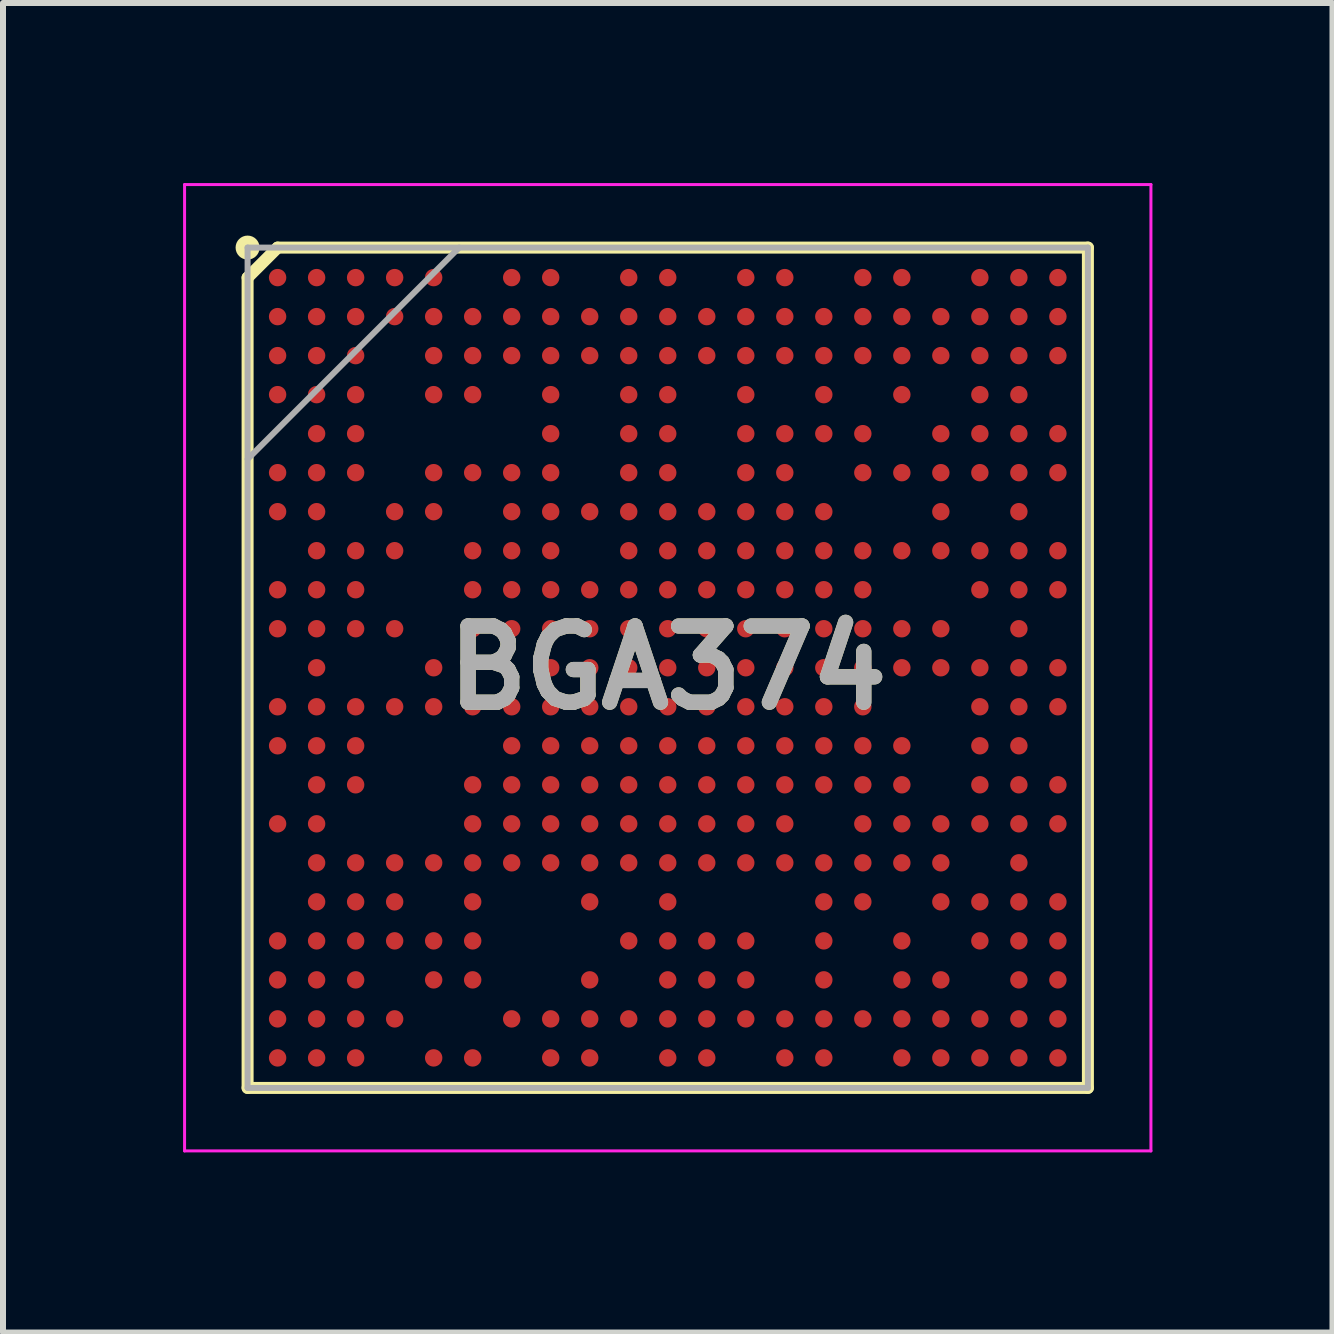
<source format=kicad_pcb>
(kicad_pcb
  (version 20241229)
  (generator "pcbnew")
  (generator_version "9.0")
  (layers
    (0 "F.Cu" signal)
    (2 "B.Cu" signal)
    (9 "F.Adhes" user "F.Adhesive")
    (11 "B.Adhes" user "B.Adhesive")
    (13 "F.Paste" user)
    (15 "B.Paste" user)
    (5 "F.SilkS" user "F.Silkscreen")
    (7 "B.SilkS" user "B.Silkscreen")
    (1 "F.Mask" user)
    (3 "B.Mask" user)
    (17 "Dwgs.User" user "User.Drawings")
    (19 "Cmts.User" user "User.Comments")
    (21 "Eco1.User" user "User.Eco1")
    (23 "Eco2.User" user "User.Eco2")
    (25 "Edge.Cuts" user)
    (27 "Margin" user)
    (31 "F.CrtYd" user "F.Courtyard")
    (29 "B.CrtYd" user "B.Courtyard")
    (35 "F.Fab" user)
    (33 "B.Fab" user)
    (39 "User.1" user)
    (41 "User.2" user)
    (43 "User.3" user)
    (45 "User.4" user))
  (footprint "BGA374"
    (layer "F.Cu")
    (at 8.075 8.075)
    (property "Reference" "BGA374" (at 0 0 0) (layer "F.SilkS") (effects (font (size 1.27 1.27) (thickness 0.254))))
    (attr smd)
    (fp_line (start -7 -6.5) (end -6.5 -7) (stroke (width 0.2) (type solid)) (layer "F.SilkS"))
    (fp_line (start -7 7) (end -7 -6.5) (stroke (width 0.2) (type solid)) (layer "F.SilkS"))
    (fp_line (start -6.5 -7) (end 7 -7) (stroke (width 0.2) (type solid)) (layer "F.SilkS"))
    (fp_line (start 7 -7) (end 7 7) (stroke (width 0.2) (type solid)) (layer "F.SilkS"))
    (fp_line (start 7 7) (end -7 7) (stroke (width 0.2) (type solid)) (layer "F.SilkS"))
    (fp_circle (center -7 -7) (end -7 -6.9) (stroke (width 0.2) (type solid)) (fill no) (layer "F.SilkS"))
    (fp_line (start -8.05 -8.05) (end 8.05 -8.05) (stroke (width 0.05) (type solid)) (layer "F.CrtYd"))
    (fp_line (start -8.05 8.05) (end -8.05 -8.05) (stroke (width 0.05) (type solid)) (layer "F.CrtYd"))
    (fp_line (start 8.05 -8.05) (end 8.05 8.05) (stroke (width 0.05) (type solid)) (layer "F.CrtYd"))
    (fp_line (start 8.05 8.05) (end -8.05 8.05) (stroke (width 0.05) (type solid)) (layer "F.CrtYd"))
    (fp_line (start -7 -7) (end 7 -7) (stroke (width 0.1) (type solid)) (layer "F.Fab"))
    (fp_line (start -7 -3.475) (end -3.475 -7) (stroke (width 0.1) (type solid)) (layer "F.Fab"))
    (fp_line (start -7 7) (end -7 -7) (stroke (width 0.1) (type solid)) (layer "F.Fab"))
    (fp_line (start 7 -7) (end 7 7) (stroke (width 0.1) (type solid)) (layer "F.Fab"))
    (fp_line (start 7 7) (end -7 7) (stroke (width 0.1) (type solid)) (layer "F.Fab"))
    (fp_text user "${REFERENCE}" (at 0 0 0) (layer "F.Fab") (effects (font (size 1.27 1.27) (thickness 0.254))))
    (pad "A1" smd circle (at -6.5 -6.5 90) (size 0.29 0.29) (layers "F.Cu" "F.Mask" "F.Paste"))
    (pad "A2" smd circle (at -5.85 -6.5 90) (size 0.29 0.29) (layers "F.Cu" "F.Mask" "F.Paste"))
    (pad "A3" smd circle (at -5.2 -6.5 90) (size 0.29 0.29) (layers "F.Cu" "F.Mask" "F.Paste"))
    (pad "A4" smd circle (at -4.55 -6.5 90) (size 0.29 0.29) (layers "F.Cu" "F.Mask" "F.Paste"))
    (pad "A5" smd circle (at -3.9 -6.5 90) (size 0.29 0.29) (layers "F.Cu" "F.Mask" "F.Paste"))
    (pad "A7" smd circle (at -2.6 -6.5 90) (size 0.29 0.29) (layers "F.Cu" "F.Mask" "F.Paste"))
    (pad "A8" smd circle (at -1.95 -6.5 90) (size 0.29 0.29) (layers "F.Cu" "F.Mask" "F.Paste"))
    (pad "A10" smd circle (at -0.65 -6.5 90) (size 0.29 0.29) (layers "F.Cu" "F.Mask" "F.Paste"))
    (pad "A11" smd circle (at 0 -6.5 90) (size 0.29 0.29) (layers "F.Cu" "F.Mask" "F.Paste"))
    (pad "A13" smd circle (at 1.3 -6.5 90) (size 0.29 0.29) (layers "F.Cu" "F.Mask" "F.Paste"))
    (pad "A14" smd circle (at 1.95 -6.5 90) (size 0.29 0.29) (layers "F.Cu" "F.Mask" "F.Paste"))
    (pad "A16" smd circle (at 3.25 -6.5 90) (size 0.29 0.29) (layers "F.Cu" "F.Mask" "F.Paste"))
    (pad "A17" smd circle (at 3.9 -6.5 90) (size 0.29 0.29) (layers "F.Cu" "F.Mask" "F.Paste"))
    (pad "A19" smd circle (at 5.2 -6.5 90) (size 0.29 0.29) (layers "F.Cu" "F.Mask" "F.Paste"))
    (pad "A20" smd circle (at 5.85 -6.5 90) (size 0.29 0.29) (layers "F.Cu" "F.Mask" "F.Paste"))
    (pad "A21" smd circle (at 6.5 -6.5 90) (size 0.29 0.29) (layers "F.Cu" "F.Mask" "F.Paste"))
    (pad "AA1" smd circle (at -6.5 6.5 90) (size 0.29 0.29) (layers "F.Cu" "F.Mask" "F.Paste"))
    (pad "AA2" smd circle (at -5.85 6.5 90) (size 0.29 0.29) (layers "F.Cu" "F.Mask" "F.Paste"))
    (pad "AA3" smd circle (at -5.2 6.5 90) (size 0.29 0.29) (layers "F.Cu" "F.Mask" "F.Paste"))
    (pad "AA5" smd circle (at -3.9 6.5 90) (size 0.29 0.29) (layers "F.Cu" "F.Mask" "F.Paste"))
    (pad "AA6" smd circle (at -3.25 6.5 90) (size 0.29 0.29) (layers "F.Cu" "F.Mask" "F.Paste"))
    (pad "AA8" smd circle (at -1.95 6.5 90) (size 0.29 0.29) (layers "F.Cu" "F.Mask" "F.Paste"))
    (pad "AA9" smd circle (at -1.3 6.5 90) (size 0.29 0.29) (layers "F.Cu" "F.Mask" "F.Paste"))
    (pad "AA11" smd circle (at 0 6.5 90) (size 0.29 0.29) (layers "F.Cu" "F.Mask" "F.Paste"))
    (pad "AA12" smd circle (at 0.65 6.5 90) (size 0.29 0.29) (layers "F.Cu" "F.Mask" "F.Paste"))
    (pad "AA14" smd circle (at 1.95 6.5 90) (size 0.29 0.29) (layers "F.Cu" "F.Mask" "F.Paste"))
    (pad "AA15" smd circle (at 2.6 6.5 90) (size 0.29 0.29) (layers "F.Cu" "F.Mask" "F.Paste"))
    (pad "AA17" smd circle (at 3.9 6.5 90) (size 0.29 0.29) (layers "F.Cu" "F.Mask" "F.Paste"))
    (pad "AA18" smd circle (at 4.55 6.5 90) (size 0.29 0.29) (layers "F.Cu" "F.Mask" "F.Paste"))
    (pad "AA19" smd circle (at 5.2 6.5 90) (size 0.29 0.29) (layers "F.Cu" "F.Mask" "F.Paste"))
    (pad "AA20" smd circle (at 5.85 6.5 90) (size 0.29 0.29) (layers "F.Cu" "F.Mask" "F.Paste"))
    (pad "AA21" smd circle (at 6.5 6.5 90) (size 0.29 0.29) (layers "F.Cu" "F.Mask" "F.Paste"))
    (pad "B1" smd circle (at -6.5 -5.85 90) (size 0.29 0.29) (layers "F.Cu" "F.Mask" "F.Paste"))
    (pad "B2" smd circle (at -5.85 -5.85 90) (size 0.29 0.29) (layers "F.Cu" "F.Mask" "F.Paste"))
    (pad "B3" smd circle (at -5.2 -5.85 90) (size 0.29 0.29) (layers "F.Cu" "F.Mask" "F.Paste"))
    (pad "B4" smd circle (at -4.55 -5.85 90) (size 0.29 0.29) (layers "F.Cu" "F.Mask" "F.Paste"))
    (pad "B5" smd circle (at -3.9 -5.85 90) (size 0.29 0.29) (layers "F.Cu" "F.Mask" "F.Paste"))
    (pad "B6" smd circle (at -3.25 -5.85 90) (size 0.29 0.29) (layers "F.Cu" "F.Mask" "F.Paste"))
    (pad "B7" smd circle (at -2.6 -5.85 90) (size 0.29 0.29) (layers "F.Cu" "F.Mask" "F.Paste"))
    (pad "B8" smd circle (at -1.95 -5.85 90) (size 0.29 0.29) (layers "F.Cu" "F.Mask" "F.Paste"))
    (pad "B9" smd circle (at -1.3 -5.85 90) (size 0.29 0.29) (layers "F.Cu" "F.Mask" "F.Paste"))
    (pad "B10" smd circle (at -0.65 -5.85 90) (size 0.29 0.29) (layers "F.Cu" "F.Mask" "F.Paste"))
    (pad "B11" smd circle (at 0 -5.85 90) (size 0.29 0.29) (layers "F.Cu" "F.Mask" "F.Paste"))
    (pad "B12" smd circle (at 0.65 -5.85 90) (size 0.29 0.29) (layers "F.Cu" "F.Mask" "F.Paste"))
    (pad "B13" smd circle (at 1.3 -5.85 90) (size 0.29 0.29) (layers "F.Cu" "F.Mask" "F.Paste"))
    (pad "B14" smd circle (at 1.95 -5.85 90) (size 0.29 0.29) (layers "F.Cu" "F.Mask" "F.Paste"))
    (pad "B15" smd circle (at 2.6 -5.85 90) (size 0.29 0.29) (layers "F.Cu" "F.Mask" "F.Paste"))
    (pad "B16" smd circle (at 3.25 -5.85 90) (size 0.29 0.29) (layers "F.Cu" "F.Mask" "F.Paste"))
    (pad "B17" smd circle (at 3.9 -5.85 90) (size 0.29 0.29) (layers "F.Cu" "F.Mask" "F.Paste"))
    (pad "B18" smd circle (at 4.55 -5.85 90) (size 0.29 0.29) (layers "F.Cu" "F.Mask" "F.Paste"))
    (pad "B19" smd circle (at 5.2 -5.85 90) (size 0.29 0.29) (layers "F.Cu" "F.Mask" "F.Paste"))
    (pad "B20" smd circle (at 5.85 -5.85 90) (size 0.29 0.29) (layers "F.Cu" "F.Mask" "F.Paste"))
    (pad "B21" smd circle (at 6.5 -5.85 90) (size 0.29 0.29) (layers "F.Cu" "F.Mask" "F.Paste"))
    (pad "C1" smd circle (at -6.5 -5.2 90) (size 0.29 0.29) (layers "F.Cu" "F.Mask" "F.Paste"))
    (pad "C2" smd circle (at -5.85 -5.2 90) (size 0.29 0.29) (layers "F.Cu" "F.Mask" "F.Paste"))
    (pad "C3" smd circle (at -5.2 -5.2 90) (size 0.29 0.29) (layers "F.Cu" "F.Mask" "F.Paste"))
    (pad "C5" smd circle (at -3.9 -5.2 90) (size 0.29 0.29) (layers "F.Cu" "F.Mask" "F.Paste"))
    (pad "C6" smd circle (at -3.25 -5.2 90) (size 0.29 0.29) (layers "F.Cu" "F.Mask" "F.Paste"))
    (pad "C7" smd circle (at -2.6 -5.2 90) (size 0.29 0.29) (layers "F.Cu" "F.Mask" "F.Paste"))
    (pad "C8" smd circle (at -1.95 -5.2 90) (size 0.29 0.29) (layers "F.Cu" "F.Mask" "F.Paste"))
    (pad "C9" smd circle (at -1.3 -5.2 90) (size 0.29 0.29) (layers "F.Cu" "F.Mask" "F.Paste"))
    (pad "C10" smd circle (at -0.65 -5.2 90) (size 0.29 0.29) (layers "F.Cu" "F.Mask" "F.Paste"))
    (pad "C11" smd circle (at 0 -5.2 90) (size 0.29 0.29) (layers "F.Cu" "F.Mask" "F.Paste"))
    (pad "C12" smd circle (at 0.65 -5.2 90) (size 0.29 0.29) (layers "F.Cu" "F.Mask" "F.Paste"))
    (pad "C13" smd circle (at 1.3 -5.2 90) (size 0.29 0.29) (layers "F.Cu" "F.Mask" "F.Paste"))
    (pad "C14" smd circle (at 1.95 -5.2 90) (size 0.29 0.29) (layers "F.Cu" "F.Mask" "F.Paste"))
    (pad "C15" smd circle (at 2.6 -5.2 90) (size 0.29 0.29) (layers "F.Cu" "F.Mask" "F.Paste"))
    (pad "C16" smd circle (at 3.25 -5.2 90) (size 0.29 0.29) (layers "F.Cu" "F.Mask" "F.Paste"))
    (pad "C17" smd circle (at 3.9 -5.2 90) (size 0.29 0.29) (layers "F.Cu" "F.Mask" "F.Paste"))
    (pad "C18" smd circle (at 4.55 -5.2 90) (size 0.29 0.29) (layers "F.Cu" "F.Mask" "F.Paste"))
    (pad "C19" smd circle (at 5.2 -5.2 90) (size 0.29 0.29) (layers "F.Cu" "F.Mask" "F.Paste"))
    (pad "C20" smd circle (at 5.85 -5.2 90) (size 0.29 0.29) (layers "F.Cu" "F.Mask" "F.Paste"))
    (pad "C21" smd circle (at 6.5 -5.2 90) (size 0.29 0.29) (layers "F.Cu" "F.Mask" "F.Paste"))
    (pad "D1" smd circle (at -6.5 -4.55 90) (size 0.29 0.29) (layers "F.Cu" "F.Mask" "F.Paste"))
    (pad "D2" smd circle (at -5.85 -4.55 90) (size 0.29 0.29) (layers "F.Cu" "F.Mask" "F.Paste"))
    (pad "D3" smd circle (at -5.2 -4.55 90) (size 0.29 0.29) (layers "F.Cu" "F.Mask" "F.Paste"))
    (pad "D5" smd circle (at -3.9 -4.55 90) (size 0.29 0.29) (layers "F.Cu" "F.Mask" "F.Paste"))
    (pad "D6" smd circle (at -3.25 -4.55 90) (size 0.29 0.29) (layers "F.Cu" "F.Mask" "F.Paste"))
    (pad "D8" smd circle (at -1.95 -4.55 90) (size 0.29 0.29) (layers "F.Cu" "F.Mask" "F.Paste"))
    (pad "D10" smd circle (at -0.65 -4.55 90) (size 0.29 0.29) (layers "F.Cu" "F.Mask" "F.Paste"))
    (pad "D11" smd circle (at 0 -4.55 90) (size 0.29 0.29) (layers "F.Cu" "F.Mask" "F.Paste"))
    (pad "D13" smd circle (at 1.3 -4.55 90) (size 0.29 0.29) (layers "F.Cu" "F.Mask" "F.Paste"))
    (pad "D15" smd circle (at 2.6 -4.55 90) (size 0.29 0.29) (layers "F.Cu" "F.Mask" "F.Paste"))
    (pad "D17" smd circle (at 3.9 -4.55 90) (size 0.29 0.29) (layers "F.Cu" "F.Mask" "F.Paste"))
    (pad "D19" smd circle (at 5.2 -4.55 90) (size 0.29 0.29) (layers "F.Cu" "F.Mask" "F.Paste"))
    (pad "D20" smd circle (at 5.85 -4.55 90) (size 0.29 0.29) (layers "F.Cu" "F.Mask" "F.Paste"))
    (pad "E2" smd circle (at -5.85 -3.9 90) (size 0.29 0.29) (layers "F.Cu" "F.Mask" "F.Paste"))
    (pad "E3" smd circle (at -5.2 -3.9 90) (size 0.29 0.29) (layers "F.Cu" "F.Mask" "F.Paste"))
    (pad "E8" smd circle (at -1.95 -3.9 90) (size 0.29 0.29) (layers "F.Cu" "F.Mask" "F.Paste"))
    (pad "E10" smd circle (at -0.65 -3.9 90) (size 0.29 0.29) (layers "F.Cu" "F.Mask" "F.Paste"))
    (pad "E11" smd circle (at 0 -3.9 90) (size 0.29 0.29) (layers "F.Cu" "F.Mask" "F.Paste"))
    (pad "E13" smd circle (at 1.3 -3.9 90) (size 0.29 0.29) (layers "F.Cu" "F.Mask" "F.Paste"))
    (pad "E14" smd circle (at 1.95 -3.9 90) (size 0.29 0.29) (layers "F.Cu" "F.Mask" "F.Paste"))
    (pad "E15" smd circle (at 2.6 -3.9 90) (size 0.29 0.29) (layers "F.Cu" "F.Mask" "F.Paste"))
    (pad "E16" smd circle (at 3.25 -3.9 90) (size 0.29 0.29) (layers "F.Cu" "F.Mask" "F.Paste"))
    (pad "E18" smd circle (at 4.55 -3.9 90) (size 0.29 0.29) (layers "F.Cu" "F.Mask" "F.Paste"))
    (pad "E19" smd circle (at 5.2 -3.9 90) (size 0.29 0.29) (layers "F.Cu" "F.Mask" "F.Paste"))
    (pad "E20" smd circle (at 5.85 -3.9 90) (size 0.29 0.29) (layers "F.Cu" "F.Mask" "F.Paste"))
    (pad "E21" smd circle (at 6.5 -3.9 90) (size 0.29 0.29) (layers "F.Cu" "F.Mask" "F.Paste"))
    (pad "F1" smd circle (at -6.5 -3.25 90) (size 0.29 0.29) (layers "F.Cu" "F.Mask" "F.Paste"))
    (pad "F2" smd circle (at -5.85 -3.25 90) (size 0.29 0.29) (layers "F.Cu" "F.Mask" "F.Paste"))
    (pad "F3" smd circle (at -5.2 -3.25 90) (size 0.29 0.29) (layers "F.Cu" "F.Mask" "F.Paste"))
    (pad "F5" smd circle (at -3.9 -3.25 90) (size 0.29 0.29) (layers "F.Cu" "F.Mask" "F.Paste"))
    (pad "F6" smd circle (at -3.25 -3.25 90) (size 0.29 0.29) (layers "F.Cu" "F.Mask" "F.Paste"))
    (pad "F7" smd circle (at -2.6 -3.25 90) (size 0.29 0.29) (layers "F.Cu" "F.Mask" "F.Paste"))
    (pad "F8" smd circle (at -1.95 -3.25 90) (size 0.29 0.29) (layers "F.Cu" "F.Mask" "F.Paste"))
    (pad "F10" smd circle (at -0.65 -3.25 90) (size 0.29 0.29) (layers "F.Cu" "F.Mask" "F.Paste"))
    (pad "F11" smd circle (at 0 -3.25 90) (size 0.29 0.29) (layers "F.Cu" "F.Mask" "F.Paste"))
    (pad "F13" smd circle (at 1.3 -3.25 90) (size 0.29 0.29) (layers "F.Cu" "F.Mask" "F.Paste"))
    (pad "F14" smd circle (at 1.95 -3.25 90) (size 0.29 0.29) (layers "F.Cu" "F.Mask" "F.Paste"))
    (pad "F16" smd circle (at 3.25 -3.25 90) (size 0.29 0.29) (layers "F.Cu" "F.Mask" "F.Paste"))
    (pad "F17" smd circle (at 3.9 -3.25 90) (size 0.29 0.29) (layers "F.Cu" "F.Mask" "F.Paste"))
    (pad "F18" smd circle (at 4.55 -3.25 90) (size 0.29 0.29) (layers "F.Cu" "F.Mask" "F.Paste"))
    (pad "F19" smd circle (at 5.2 -3.25 90) (size 0.29 0.29) (layers "F.Cu" "F.Mask" "F.Paste"))
    (pad "F20" smd circle (at 5.85 -3.25 90) (size 0.29 0.29) (layers "F.Cu" "F.Mask" "F.Paste"))
    (pad "F21" smd circle (at 6.5 -3.25 90) (size 0.29 0.29) (layers "F.Cu" "F.Mask" "F.Paste"))
    (pad "G1" smd circle (at -6.5 -2.6 90) (size 0.29 0.29) (layers "F.Cu" "F.Mask" "F.Paste"))
    (pad "G2" smd circle (at -5.85 -2.6 90) (size 0.29 0.29) (layers "F.Cu" "F.Mask" "F.Paste"))
    (pad "G4" smd circle (at -4.55 -2.6 90) (size 0.29 0.29) (layers "F.Cu" "F.Mask" "F.Paste"))
    (pad "G5" smd circle (at -3.9 -2.6 90) (size 0.29 0.29) (layers "F.Cu" "F.Mask" "F.Paste"))
    (pad "G7" smd circle (at -2.6 -2.6 90) (size 0.29 0.29) (layers "F.Cu" "F.Mask" "F.Paste"))
    (pad "G8" smd circle (at -1.95 -2.6 90) (size 0.29 0.29) (layers "F.Cu" "F.Mask" "F.Paste"))
    (pad "G9" smd circle (at -1.3 -2.6 90) (size 0.29 0.29) (layers "F.Cu" "F.Mask" "F.Paste"))
    (pad "G10" smd circle (at -0.65 -2.6 90) (size 0.29 0.29) (layers "F.Cu" "F.Mask" "F.Paste"))
    (pad "G11" smd circle (at 0 -2.6 90) (size 0.29 0.29) (layers "F.Cu" "F.Mask" "F.Paste"))
    (pad "G12" smd circle (at 0.65 -2.6 90) (size 0.29 0.29) (layers "F.Cu" "F.Mask" "F.Paste"))
    (pad "G13" smd circle (at 1.3 -2.6 90) (size 0.29 0.29) (layers "F.Cu" "F.Mask" "F.Paste"))
    (pad "G14" smd circle (at 1.95 -2.6 90) (size 0.29 0.29) (layers "F.Cu" "F.Mask" "F.Paste"))
    (pad "G15" smd circle (at 2.6 -2.6 90) (size 0.29 0.29) (layers "F.Cu" "F.Mask" "F.Paste"))
    (pad "G18" smd circle (at 4.55 -2.6 90) (size 0.29 0.29) (layers "F.Cu" "F.Mask" "F.Paste"))
    (pad "G20" smd circle (at 5.85 -2.6 90) (size 0.29 0.29) (layers "F.Cu" "F.Mask" "F.Paste"))
    (pad "H2" smd circle (at -5.85 -1.95 90) (size 0.29 0.29) (layers "F.Cu" "F.Mask" "F.Paste"))
    (pad "H3" smd circle (at -5.2 -1.95 90) (size 0.29 0.29) (layers "F.Cu" "F.Mask" "F.Paste"))
    (pad "H4" smd circle (at -4.55 -1.95 90) (size 0.29 0.29) (layers "F.Cu" "F.Mask" "F.Paste"))
    (pad "H6" smd circle (at -3.25 -1.95 90) (size 0.29 0.29) (layers "F.Cu" "F.Mask" "F.Paste"))
    (pad "H7" smd circle (at -2.6 -1.95 90) (size 0.29 0.29) (layers "F.Cu" "F.Mask" "F.Paste"))
    (pad "H8" smd circle (at -1.95 -1.95 90) (size 0.29 0.29) (layers "F.Cu" "F.Mask" "F.Paste"))
    (pad "H10" smd circle (at -0.65 -1.95 90) (size 0.29 0.29) (layers "F.Cu" "F.Mask" "F.Paste"))
    (pad "H11" smd circle (at 0 -1.95 90) (size 0.29 0.29) (layers "F.Cu" "F.Mask" "F.Paste"))
    (pad "H12" smd circle (at 0.65 -1.95 90) (size 0.29 0.29) (layers "F.Cu" "F.Mask" "F.Paste"))
    (pad "H13" smd circle (at 1.3 -1.95 90) (size 0.29 0.29) (layers "F.Cu" "F.Mask" "F.Paste"))
    (pad "H14" smd circle (at 1.95 -1.95 90) (size 0.29 0.29) (layers "F.Cu" "F.Mask" "F.Paste"))
    (pad "H15" smd circle (at 2.6 -1.95 90) (size 0.29 0.29) (layers "F.Cu" "F.Mask" "F.Paste"))
    (pad "H16" smd circle (at 3.25 -1.95 90) (size 0.29 0.29) (layers "F.Cu" "F.Mask" "F.Paste"))
    (pad "H17" smd circle (at 3.9 -1.95 90) (size 0.29 0.29) (layers "F.Cu" "F.Mask" "F.Paste"))
    (pad "H18" smd circle (at 4.55 -1.95 90) (size 0.29 0.29) (layers "F.Cu" "F.Mask" "F.Paste"))
    (pad "H19" smd circle (at 5.2 -1.95 90) (size 0.29 0.29) (layers "F.Cu" "F.Mask" "F.Paste"))
    (pad "H20" smd circle (at 5.85 -1.95 90) (size 0.29 0.29) (layers "F.Cu" "F.Mask" "F.Paste"))
    (pad "H21" smd circle (at 6.5 -1.95 90) (size 0.29 0.29) (layers "F.Cu" "F.Mask" "F.Paste"))
    (pad "J1" smd circle (at -6.5 -1.3 90) (size 0.29 0.29) (layers "F.Cu" "F.Mask" "F.Paste"))
    (pad "J2" smd circle (at -5.85 -1.3 90) (size 0.29 0.29) (layers "F.Cu" "F.Mask" "F.Paste"))
    (pad "J3" smd circle (at -5.2 -1.3 90) (size 0.29 0.29) (layers "F.Cu" "F.Mask" "F.Paste"))
    (pad "J6" smd circle (at -3.25 -1.3 90) (size 0.29 0.29) (layers "F.Cu" "F.Mask" "F.Paste"))
    (pad "J7" smd circle (at -2.6 -1.3 90) (size 0.29 0.29) (layers "F.Cu" "F.Mask" "F.Paste"))
    (pad "J8" smd circle (at -1.95 -1.3 90) (size 0.29 0.29) (layers "F.Cu" "F.Mask" "F.Paste"))
    (pad "J9" smd circle (at -1.3 -1.3 90) (size 0.29 0.29) (layers "F.Cu" "F.Mask" "F.Paste"))
    (pad "J10" smd circle (at -0.65 -1.3 90) (size 0.29 0.29) (layers "F.Cu" "F.Mask" "F.Paste"))
    (pad "J11" smd circle (at 0 -1.3 90) (size 0.29 0.29) (layers "F.Cu" "F.Mask" "F.Paste"))
    (pad "J12" smd circle (at 0.65 -1.3 90) (size 0.29 0.29) (layers "F.Cu" "F.Mask" "F.Paste"))
    (pad "J13" smd circle (at 1.3 -1.3 90) (size 0.29 0.29) (layers "F.Cu" "F.Mask" "F.Paste"))
    (pad "J14" smd circle (at 1.95 -1.3 90) (size 0.29 0.29) (layers "F.Cu" "F.Mask" "F.Paste"))
    (pad "J15" smd circle (at 2.6 -1.3 90) (size 0.29 0.29) (layers "F.Cu" "F.Mask" "F.Paste"))
    (pad "J16" smd circle (at 3.25 -1.3 90) (size 0.29 0.29) (layers "F.Cu" "F.Mask" "F.Paste"))
    (pad "J19" smd circle (at 5.2 -1.3 90) (size 0.29 0.29) (layers "F.Cu" "F.Mask" "F.Paste"))
    (pad "J20" smd circle (at 5.85 -1.3 90) (size 0.29 0.29) (layers "F.Cu" "F.Mask" "F.Paste"))
    (pad "J21" smd circle (at 6.5 -1.3 90) (size 0.29 0.29) (layers "F.Cu" "F.Mask" "F.Paste"))
    (pad "K1" smd circle (at -6.5 -0.65 90) (size 0.29 0.29) (layers "F.Cu" "F.Mask" "F.Paste"))
    (pad "K2" smd circle (at -5.85 -0.65 90) (size 0.29 0.29) (layers "F.Cu" "F.Mask" "F.Paste"))
    (pad "K3" smd circle (at -5.2 -0.65 90) (size 0.29 0.29) (layers "F.Cu" "F.Mask" "F.Paste"))
    (pad "K4" smd circle (at -4.55 -0.65 90) (size 0.29 0.29) (layers "F.Cu" "F.Mask" "F.Paste"))
    (pad "K6" smd circle (at -3.25 -0.65 90) (size 0.29 0.29) (layers "F.Cu" "F.Mask" "F.Paste"))
    (pad "K7" smd circle (at -2.6 -0.65 90) (size 0.29 0.29) (layers "F.Cu" "F.Mask" "F.Paste"))
    (pad "K8" smd circle (at -1.95 -0.65 90) (size 0.29 0.29) (layers "F.Cu" "F.Mask" "F.Paste"))
    (pad "K9" smd circle (at -1.3 -0.65 90) (size 0.29 0.29) (layers "F.Cu" "F.Mask" "F.Paste"))
    (pad "K10" smd circle (at -0.65 -0.65 90) (size 0.29 0.29) (layers "F.Cu" "F.Mask" "F.Paste"))
    (pad "K11" smd circle (at 0 -0.65 90) (size 0.29 0.29) (layers "F.Cu" "F.Mask" "F.Paste"))
    (pad "K12" smd circle (at 0.65 -0.65 90) (size 0.29 0.29) (layers "F.Cu" "F.Mask" "F.Paste"))
    (pad "K13" smd circle (at 1.3 -0.65 90) (size 0.29 0.29) (layers "F.Cu" "F.Mask" "F.Paste"))
    (pad "K14" smd circle (at 1.95 -0.65 90) (size 0.29 0.29) (layers "F.Cu" "F.Mask" "F.Paste"))
    (pad "K15" smd circle (at 2.6 -0.65 90) (size 0.29 0.29) (layers "F.Cu" "F.Mask" "F.Paste"))
    (pad "K16" smd circle (at 3.25 -0.65 90) (size 0.29 0.29) (layers "F.Cu" "F.Mask" "F.Paste"))
    (pad "K17" smd circle (at 3.9 -0.65 90) (size 0.29 0.29) (layers "F.Cu" "F.Mask" "F.Paste"))
    (pad "K18" smd circle (at 4.55 -0.65 90) (size 0.29 0.29) (layers "F.Cu" "F.Mask" "F.Paste"))
    (pad "K20" smd circle (at 5.85 -0.65 90) (size 0.29 0.29) (layers "F.Cu" "F.Mask" "F.Paste"))
    (pad "L2" smd circle (at -5.85 0 90) (size 0.29 0.29) (layers "F.Cu" "F.Mask" "F.Paste"))
    (pad "L5" smd circle (at -3.9 0 90) (size 0.29 0.29) (layers "F.Cu" "F.Mask" "F.Paste"))
    (pad "L8" smd circle (at -1.95 0 90) (size 0.29 0.29) (layers "F.Cu" "F.Mask" "F.Paste"))
    (pad "L9" smd circle (at -1.3 0 90) (size 0.29 0.29) (layers "F.Cu" "F.Mask" "F.Paste"))
    (pad "L10" smd circle (at -0.65 0 90) (size 0.29 0.29) (layers "F.Cu" "F.Mask" "F.Paste"))
    (pad "L11" smd circle (at 0 0 90) (size 0.29 0.29) (layers "F.Cu" "F.Mask" "F.Paste"))
    (pad "L12" smd circle (at 0.65 0 90) (size 0.29 0.29) (layers "F.Cu" "F.Mask" "F.Paste"))
    (pad "L13" smd circle (at 1.3 0 90) (size 0.29 0.29) (layers "F.Cu" "F.Mask" "F.Paste"))
    (pad "L14" smd circle (at 1.95 0 90) (size 0.29 0.29) (layers "F.Cu" "F.Mask" "F.Paste"))
    (pad "L15" smd circle (at 2.6 0 90) (size 0.29 0.29) (layers "F.Cu" "F.Mask" "F.Paste"))
    (pad "L16" smd circle (at 3.25 0 90) (size 0.29 0.29) (layers "F.Cu" "F.Mask" "F.Paste"))
    (pad "L17" smd circle (at 3.9 0 90) (size 0.29 0.29) (layers "F.Cu" "F.Mask" "F.Paste"))
    (pad "L18" smd circle (at 4.55 0 90) (size 0.29 0.29) (layers "F.Cu" "F.Mask" "F.Paste"))
    (pad "L19" smd circle (at 5.2 0 90) (size 0.29 0.29) (layers "F.Cu" "F.Mask" "F.Paste"))
    (pad "L20" smd circle (at 5.85 0 90) (size 0.29 0.29) (layers "F.Cu" "F.Mask" "F.Paste"))
    (pad "L21" smd circle (at 6.5 0 90) (size 0.29 0.29) (layers "F.Cu" "F.Mask" "F.Paste"))
    (pad "M1" smd circle (at -6.5 0.65 90) (size 0.29 0.29) (layers "F.Cu" "F.Mask" "F.Paste"))
    (pad "M2" smd circle (at -5.85 0.65 90) (size 0.29 0.29) (layers "F.Cu" "F.Mask" "F.Paste"))
    (pad "M3" smd circle (at -5.2 0.65 90) (size 0.29 0.29) (layers "F.Cu" "F.Mask" "F.Paste"))
    (pad "M4" smd circle (at -4.55 0.65 90) (size 0.29 0.29) (layers "F.Cu" "F.Mask" "F.Paste"))
    (pad "M5" smd circle (at -3.9 0.65 90) (size 0.29 0.29) (layers "F.Cu" "F.Mask" "F.Paste"))
    (pad "M6" smd circle (at -3.25 0.65 90) (size 0.29 0.29) (layers "F.Cu" "F.Mask" "F.Paste"))
    (pad "M7" smd circle (at -2.6 0.65 90) (size 0.29 0.29) (layers "F.Cu" "F.Mask" "F.Paste"))
    (pad "M8" smd circle (at -1.95 0.65 90) (size 0.29 0.29) (layers "F.Cu" "F.Mask" "F.Paste"))
    (pad "M9" smd circle (at -1.3 0.65 90) (size 0.29 0.29) (layers "F.Cu" "F.Mask" "F.Paste"))
    (pad "M10" smd circle (at -0.65 0.65 90) (size 0.29 0.29) (layers "F.Cu" "F.Mask" "F.Paste"))
    (pad "M11" smd circle (at 0 0.65 90) (size 0.29 0.29) (layers "F.Cu" "F.Mask" "F.Paste"))
    (pad "M12" smd circle (at 0.65 0.65 90) (size 0.29 0.29) (layers "F.Cu" "F.Mask" "F.Paste"))
    (pad "M13" smd circle (at 1.3 0.65 90) (size 0.29 0.29) (layers "F.Cu" "F.Mask" "F.Paste"))
    (pad "M14" smd circle (at 1.95 0.65 90) (size 0.29 0.29) (layers "F.Cu" "F.Mask" "F.Paste"))
    (pad "M15" smd circle (at 2.6 0.65 90) (size 0.29 0.29) (layers "F.Cu" "F.Mask" "F.Paste"))
    (pad "M16" smd circle (at 3.25 0.65 90) (size 0.29 0.29) (layers "F.Cu" "F.Mask" "F.Paste"))
    (pad "M19" smd circle (at 5.2 0.65 90) (size 0.29 0.29) (layers "F.Cu" "F.Mask" "F.Paste"))
    (pad "M20" smd circle (at 5.85 0.65 90) (size 0.29 0.29) (layers "F.Cu" "F.Mask" "F.Paste"))
    (pad "M21" smd circle (at 6.5 0.65 90) (size 0.29 0.29) (layers "F.Cu" "F.Mask" "F.Paste"))
    (pad "N1" smd circle (at -6.5 1.3 90) (size 0.29 0.29) (layers "F.Cu" "F.Mask" "F.Paste"))
    (pad "N2" smd circle (at -5.85 1.3 90) (size 0.29 0.29) (layers "F.Cu" "F.Mask" "F.Paste"))
    (pad "N3" smd circle (at -5.2 1.3 90) (size 0.29 0.29) (layers "F.Cu" "F.Mask" "F.Paste"))
    (pad "N7" smd circle (at -2.6 1.3 90) (size 0.29 0.29) (layers "F.Cu" "F.Mask" "F.Paste"))
    (pad "N8" smd circle (at -1.95 1.3 90) (size 0.29 0.29) (layers "F.Cu" "F.Mask" "F.Paste"))
    (pad "N9" smd circle (at -1.3 1.3 90) (size 0.29 0.29) (layers "F.Cu" "F.Mask" "F.Paste"))
    (pad "N10" smd circle (at -0.65 1.3 90) (size 0.29 0.29) (layers "F.Cu" "F.Mask" "F.Paste"))
    (pad "N11" smd circle (at 0 1.3 90) (size 0.29 0.29) (layers "F.Cu" "F.Mask" "F.Paste"))
    (pad "N12" smd circle (at 0.65 1.3 90) (size 0.29 0.29) (layers "F.Cu" "F.Mask" "F.Paste"))
    (pad "N13" smd circle (at 1.3 1.3 90) (size 0.29 0.29) (layers "F.Cu" "F.Mask" "F.Paste"))
    (pad "N14" smd circle (at 1.95 1.3 90) (size 0.29 0.29) (layers "F.Cu" "F.Mask" "F.Paste"))
    (pad "N15" smd circle (at 2.6 1.3 90) (size 0.29 0.29) (layers "F.Cu" "F.Mask" "F.Paste"))
    (pad "N16" smd circle (at 3.25 1.3 90) (size 0.29 0.29) (layers "F.Cu" "F.Mask" "F.Paste"))
    (pad "N17" smd circle (at 3.9 1.3 90) (size 0.29 0.29) (layers "F.Cu" "F.Mask" "F.Paste"))
    (pad "N19" smd circle (at 5.2 1.3 90) (size 0.29 0.29) (layers "F.Cu" "F.Mask" "F.Paste"))
    (pad "N20" smd circle (at 5.85 1.3 90) (size 0.29 0.29) (layers "F.Cu" "F.Mask" "F.Paste"))
    (pad "P2" smd circle (at -5.85 1.95 90) (size 0.29 0.29) (layers "F.Cu" "F.Mask" "F.Paste"))
    (pad "P3" smd circle (at -5.2 1.95 90) (size 0.29 0.29) (layers "F.Cu" "F.Mask" "F.Paste"))
    (pad "P6" smd circle (at -3.25 1.95 90) (size 0.29 0.29) (layers "F.Cu" "F.Mask" "F.Paste"))
    (pad "P7" smd circle (at -2.6 1.95 90) (size 0.29 0.29) (layers "F.Cu" "F.Mask" "F.Paste"))
    (pad "P8" smd circle (at -1.95 1.95 90) (size 0.29 0.29) (layers "F.Cu" "F.Mask" "F.Paste"))
    (pad "P9" smd circle (at -1.3 1.95 90) (size 0.29 0.29) (layers "F.Cu" "F.Mask" "F.Paste"))
    (pad "P10" smd circle (at -0.65 1.95 90) (size 0.29 0.29) (layers "F.Cu" "F.Mask" "F.Paste"))
    (pad "P11" smd circle (at 0 1.95 90) (size 0.29 0.29) (layers "F.Cu" "F.Mask" "F.Paste"))
    (pad "P12" smd circle (at 0.65 1.95 90) (size 0.29 0.29) (layers "F.Cu" "F.Mask" "F.Paste"))
    (pad "P13" smd circle (at 1.3 1.95 90) (size 0.29 0.29) (layers "F.Cu" "F.Mask" "F.Paste"))
    (pad "P14" smd circle (at 1.95 1.95 90) (size 0.29 0.29) (layers "F.Cu" "F.Mask" "F.Paste"))
    (pad "P15" smd circle (at 2.6 1.95 90) (size 0.29 0.29) (layers "F.Cu" "F.Mask" "F.Paste"))
    (pad "P16" smd circle (at 3.25 1.95 90) (size 0.29 0.29) (layers "F.Cu" "F.Mask" "F.Paste"))
    (pad "P17" smd circle (at 3.9 1.95 90) (size 0.29 0.29) (layers "F.Cu" "F.Mask" "F.Paste"))
    (pad "P19" smd circle (at 5.2 1.95 90) (size 0.29 0.29) (layers "F.Cu" "F.Mask" "F.Paste"))
    (pad "P20" smd circle (at 5.85 1.95 90) (size 0.29 0.29) (layers "F.Cu" "F.Mask" "F.Paste"))
    (pad "P21" smd circle (at 6.5 1.95 90) (size 0.29 0.29) (layers "F.Cu" "F.Mask" "F.Paste"))
    (pad "R1" smd circle (at -6.5 2.6 90) (size 0.29 0.29) (layers "F.Cu" "F.Mask" "F.Paste"))
    (pad "R2" smd circle (at -5.85 2.6 90) (size 0.29 0.29) (layers "F.Cu" "F.Mask" "F.Paste"))
    (pad "R6" smd circle (at -3.25 2.6 90) (size 0.29 0.29) (layers "F.Cu" "F.Mask" "F.Paste"))
    (pad "R7" smd circle (at -2.6 2.6 90) (size 0.29 0.29) (layers "F.Cu" "F.Mask" "F.Paste"))
    (pad "R8" smd circle (at -1.95 2.6 90) (size 0.29 0.29) (layers "F.Cu" "F.Mask" "F.Paste"))
    (pad "R9" smd circle (at -1.3 2.6 90) (size 0.29 0.29) (layers "F.Cu" "F.Mask" "F.Paste"))
    (pad "R10" smd circle (at -0.65 2.6 90) (size 0.29 0.29) (layers "F.Cu" "F.Mask" "F.Paste"))
    (pad "R11" smd circle (at 0 2.6 90) (size 0.29 0.29) (layers "F.Cu" "F.Mask" "F.Paste"))
    (pad "R12" smd circle (at 0.65 2.6 90) (size 0.29 0.29) (layers "F.Cu" "F.Mask" "F.Paste"))
    (pad "R13" smd circle (at 1.3 2.6 90) (size 0.29 0.29) (layers "F.Cu" "F.Mask" "F.Paste"))
    (pad "R14" smd circle (at 1.95 2.6 90) (size 0.29 0.29) (layers "F.Cu" "F.Mask" "F.Paste"))
    (pad "R16" smd circle (at 3.25 2.6 90) (size 0.29 0.29) (layers "F.Cu" "F.Mask" "F.Paste"))
    (pad "R17" smd circle (at 3.9 2.6 90) (size 0.29 0.29) (layers "F.Cu" "F.Mask" "F.Paste"))
    (pad "R18" smd circle (at 4.55 2.6 90) (size 0.29 0.29) (layers "F.Cu" "F.Mask" "F.Paste"))
    (pad "R19" smd circle (at 5.2 2.6 90) (size 0.29 0.29) (layers "F.Cu" "F.Mask" "F.Paste"))
    (pad "R20" smd circle (at 5.85 2.6 90) (size 0.29 0.29) (layers "F.Cu" "F.Mask" "F.Paste"))
    (pad "R21" smd circle (at 6.5 2.6 90) (size 0.29 0.29) (layers "F.Cu" "F.Mask" "F.Paste"))
    (pad "T2" smd circle (at -5.85 3.25 90) (size 0.29 0.29) (layers "F.Cu" "F.Mask" "F.Paste"))
    (pad "T3" smd circle (at -5.2 3.25 90) (size 0.29 0.29) (layers "F.Cu" "F.Mask" "F.Paste"))
    (pad "T4" smd circle (at -4.55 3.25 90) (size 0.29 0.29) (layers "F.Cu" "F.Mask" "F.Paste"))
    (pad "T5" smd circle (at -3.9 3.25 90) (size 0.29 0.29) (layers "F.Cu" "F.Mask" "F.Paste"))
    (pad "T6" smd circle (at -3.25 3.25 90) (size 0.29 0.29) (layers "F.Cu" "F.Mask" "F.Paste"))
    (pad "T7" smd circle (at -2.6 3.25 90) (size 0.29 0.29) (layers "F.Cu" "F.Mask" "F.Paste"))
    (pad "T8" smd circle (at -1.95 3.25 90) (size 0.29 0.29) (layers "F.Cu" "F.Mask" "F.Paste"))
    (pad "T9" smd circle (at -1.3 3.25 90) (size 0.29 0.29) (layers "F.Cu" "F.Mask" "F.Paste"))
    (pad "T10" smd circle (at -0.65 3.25 90) (size 0.29 0.29) (layers "F.Cu" "F.Mask" "F.Paste"))
    (pad "T11" smd circle (at 0 3.25 90) (size 0.29 0.29) (layers "F.Cu" "F.Mask" "F.Paste"))
    (pad "T12" smd circle (at 0.65 3.25 90) (size 0.29 0.29) (layers "F.Cu" "F.Mask" "F.Paste"))
    (pad "T13" smd circle (at 1.3 3.25 90) (size 0.29 0.29) (layers "F.Cu" "F.Mask" "F.Paste"))
    (pad "T14" smd circle (at 1.95 3.25 90) (size 0.29 0.29) (layers "F.Cu" "F.Mask" "F.Paste"))
    (pad "T15" smd circle (at 2.6 3.25 90) (size 0.29 0.29) (layers "F.Cu" "F.Mask" "F.Paste"))
    (pad "T16" smd circle (at 3.25 3.25 90) (size 0.29 0.29) (layers "F.Cu" "F.Mask" "F.Paste"))
    (pad "T17" smd circle (at 3.9 3.25 90) (size 0.29 0.29) (layers "F.Cu" "F.Mask" "F.Paste"))
    (pad "T18" smd circle (at 4.55 3.25 90) (size 0.29 0.29) (layers "F.Cu" "F.Mask" "F.Paste"))
    (pad "T20" smd circle (at 5.85 3.25 90) (size 0.29 0.29) (layers "F.Cu" "F.Mask" "F.Paste"))
    (pad "U2" smd circle (at -5.85 3.9 90) (size 0.29 0.29) (layers "F.Cu" "F.Mask" "F.Paste"))
    (pad "U3" smd circle (at -5.2 3.9 90) (size 0.29 0.29) (layers "F.Cu" "F.Mask" "F.Paste"))
    (pad "U4" smd circle (at -4.55 3.9 90) (size 0.29 0.29) (layers "F.Cu" "F.Mask" "F.Paste"))
    (pad "U6" smd circle (at -3.25 3.9 90) (size 0.29 0.29) (layers "F.Cu" "F.Mask" "F.Paste"))
    (pad "U9" smd circle (at -1.3 3.9 90) (size 0.29 0.29) (layers "F.Cu" "F.Mask" "F.Paste"))
    (pad "U11" smd circle (at 0 3.9 90) (size 0.29 0.29) (layers "F.Cu" "F.Mask" "F.Paste"))
    (pad "U15" smd circle (at 2.6 3.9 90) (size 0.29 0.29) (layers "F.Cu" "F.Mask" "F.Paste"))
    (pad "U16" smd circle (at 3.25 3.9 90) (size 0.29 0.29) (layers "F.Cu" "F.Mask" "F.Paste"))
    (pad "U18" smd circle (at 4.55 3.9 90) (size 0.29 0.29) (layers "F.Cu" "F.Mask" "F.Paste"))
    (pad "U19" smd circle (at 5.2 3.9 90) (size 0.29 0.29) (layers "F.Cu" "F.Mask" "F.Paste"))
    (pad "U20" smd circle (at 5.85 3.9 90) (size 0.29 0.29) (layers "F.Cu" "F.Mask" "F.Paste"))
    (pad "U21" smd circle (at 6.5 3.9 90) (size 0.29 0.29) (layers "F.Cu" "F.Mask" "F.Paste"))
    (pad "V1" smd circle (at -6.5 4.55 90) (size 0.29 0.29) (layers "F.Cu" "F.Mask" "F.Paste"))
    (pad "V2" smd circle (at -5.85 4.55 90) (size 0.29 0.29) (layers "F.Cu" "F.Mask" "F.Paste"))
    (pad "V3" smd circle (at -5.2 4.55 90) (size 0.29 0.29) (layers "F.Cu" "F.Mask" "F.Paste"))
    (pad "V4" smd circle (at -4.55 4.55 90) (size 0.29 0.29) (layers "F.Cu" "F.Mask" "F.Paste"))
    (pad "V5" smd circle (at -3.9 4.55 90) (size 0.29 0.29) (layers "F.Cu" "F.Mask" "F.Paste"))
    (pad "V6" smd circle (at -3.25 4.55 90) (size 0.29 0.29) (layers "F.Cu" "F.Mask" "F.Paste"))
    (pad "V10" smd circle (at -0.65 4.55 90) (size 0.29 0.29) (layers "F.Cu" "F.Mask" "F.Paste"))
    (pad "V11" smd circle (at 0 4.55 90) (size 0.29 0.29) (layers "F.Cu" "F.Mask" "F.Paste"))
    (pad "V12" smd circle (at 0.65 4.55 90) (size 0.29 0.29) (layers "F.Cu" "F.Mask" "F.Paste"))
    (pad "V13" smd circle (at 1.3 4.55 90) (size 0.29 0.29) (layers "F.Cu" "F.Mask" "F.Paste"))
    (pad "V15" smd circle (at 2.6 4.55 90) (size 0.29 0.29) (layers "F.Cu" "F.Mask" "F.Paste"))
    (pad "V17" smd circle (at 3.9 4.55 90) (size 0.29 0.29) (layers "F.Cu" "F.Mask" "F.Paste"))
    (pad "V19" smd circle (at 5.2 4.55 90) (size 0.29 0.29) (layers "F.Cu" "F.Mask" "F.Paste"))
    (pad "V20" smd circle (at 5.85 4.55 90) (size 0.29 0.29) (layers "F.Cu" "F.Mask" "F.Paste"))
    (pad "V21" smd circle (at 6.5 4.55 90) (size 0.29 0.29) (layers "F.Cu" "F.Mask" "F.Paste"))
    (pad "W1" smd circle (at -6.5 5.2 90) (size 0.29 0.29) (layers "F.Cu" "F.Mask" "F.Paste"))
    (pad "W2" smd circle (at -5.85 5.2 90) (size 0.29 0.29) (layers "F.Cu" "F.Mask" "F.Paste"))
    (pad "W3" smd circle (at -5.2 5.2 90) (size 0.29 0.29) (layers "F.Cu" "F.Mask" "F.Paste"))
    (pad "W5" smd circle (at -3.9 5.2 90) (size 0.29 0.29) (layers "F.Cu" "F.Mask" "F.Paste"))
    (pad "W6" smd circle (at -3.25 5.2 90) (size 0.29 0.29) (layers "F.Cu" "F.Mask" "F.Paste"))
    (pad "W9" smd circle (at -1.3 5.2 90) (size 0.29 0.29) (layers "F.Cu" "F.Mask" "F.Paste"))
    (pad "W11" smd circle (at 0 5.2 90) (size 0.29 0.29) (layers "F.Cu" "F.Mask" "F.Paste"))
    (pad "W12" smd circle (at 0.65 5.2 90) (size 0.29 0.29) (layers "F.Cu" "F.Mask" "F.Paste"))
    (pad "W13" smd circle (at 1.3 5.2 90) (size 0.29 0.29) (layers "F.Cu" "F.Mask" "F.Paste"))
    (pad "W15" smd circle (at 2.6 5.2 90) (size 0.29 0.29) (layers "F.Cu" "F.Mask" "F.Paste"))
    (pad "W17" smd circle (at 3.9 5.2 90) (size 0.29 0.29) (layers "F.Cu" "F.Mask" "F.Paste"))
    (pad "W18" smd circle (at 4.55 5.2 90) (size 0.29 0.29) (layers "F.Cu" "F.Mask" "F.Paste"))
    (pad "W20" smd circle (at 5.85 5.2 90) (size 0.29 0.29) (layers "F.Cu" "F.Mask" "F.Paste"))
    (pad "W21" smd circle (at 6.5 5.2 90) (size 0.29 0.29) (layers "F.Cu" "F.Mask" "F.Paste"))
    (pad "Y1" smd circle (at -6.5 5.85 90) (size 0.29 0.29) (layers "F.Cu" "F.Mask" "F.Paste"))
    (pad "Y2" smd circle (at -5.85 5.85 90) (size 0.29 0.29) (layers "F.Cu" "F.Mask" "F.Paste"))
    (pad "Y3" smd circle (at -5.2 5.85 90) (size 0.29 0.29) (layers "F.Cu" "F.Mask" "F.Paste"))
    (pad "Y4" smd circle (at -4.55 5.85 90) (size 0.29 0.29) (layers "F.Cu" "F.Mask" "F.Paste"))
    (pad "Y7" smd circle (at -2.6 5.85 90) (size 0.29 0.29) (layers "F.Cu" "F.Mask" "F.Paste"))
    (pad "Y8" smd circle (at -1.95 5.85 90) (size 0.29 0.29) (layers "F.Cu" "F.Mask" "F.Paste"))
    (pad "Y9" smd circle (at -1.3 5.85 90) (size 0.29 0.29) (layers "F.Cu" "F.Mask" "F.Paste"))
    (pad "Y10" smd circle (at -0.65 5.85 90) (size 0.29 0.29) (layers "F.Cu" "F.Mask" "F.Paste"))
    (pad "Y11" smd circle (at 0 5.85 90) (size 0.29 0.29) (layers "F.Cu" "F.Mask" "F.Paste"))
    (pad "Y12" smd circle (at 0.65 5.85 90) (size 0.29 0.29) (layers "F.Cu" "F.Mask" "F.Paste"))
    (pad "Y13" smd circle (at 1.3 5.85 90) (size 0.29 0.29) (layers "F.Cu" "F.Mask" "F.Paste"))
    (pad "Y14" smd circle (at 1.95 5.85 90) (size 0.29 0.29) (layers "F.Cu" "F.Mask" "F.Paste"))
    (pad "Y15" smd circle (at 2.6 5.85 90) (size 0.29 0.29) (layers "F.Cu" "F.Mask" "F.Paste"))
    (pad "Y16" smd circle (at 3.25 5.85 90) (size 0.29 0.29) (layers "F.Cu" "F.Mask" "F.Paste"))
    (pad "Y17" smd circle (at 3.9 5.85 90) (size 0.29 0.29) (layers "F.Cu" "F.Mask" "F.Paste"))
    (pad "Y18" smd circle (at 4.55 5.85 90) (size 0.29 0.29) (layers "F.Cu" "F.Mask" "F.Paste"))
    (pad "Y19" smd circle (at 5.2 5.85 90) (size 0.29 0.29) (layers "F.Cu" "F.Mask" "F.Paste"))
    (pad "Y20" smd circle (at 5.85 5.85 90) (size 0.29 0.29) (layers "F.Cu" "F.Mask" "F.Paste"))
    (pad "Y21" smd circle (at 6.5 5.85 90) (size 0.29 0.29) (layers "F.Cu" "F.Mask" "F.Paste")))
  (gr_rect
    (start -3 -3)
    (end 19.15 19.15)
    (stroke (width 0.1) (type default))
    (fill no)
    (layer "Edge.Cuts")))
</source>
